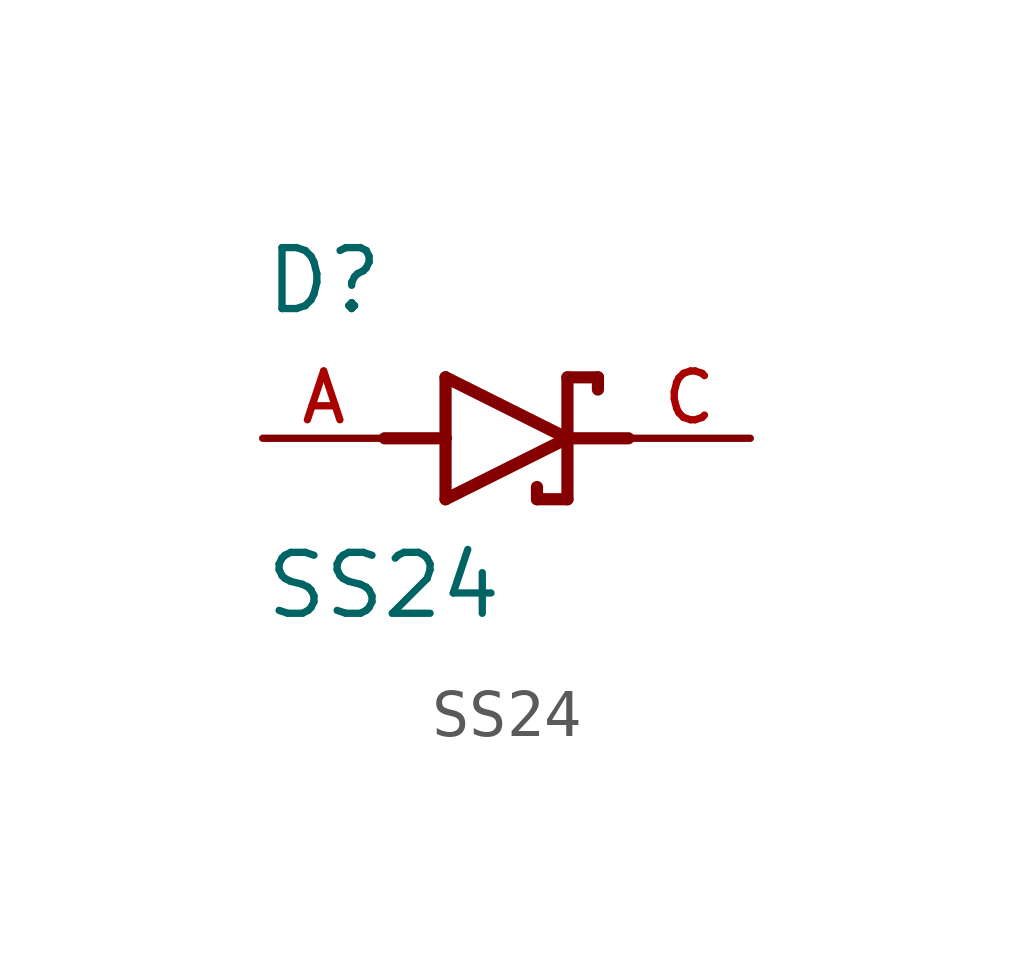
<source format=kicad_sym>
(kicad_symbol_lib
  (version 20211014)
  (generator kicad_symbol_editor)
  (symbol "SS24"
    (pin_names
      (offset 1.016))
    (property "Reference" "D"
      (at -5.08 2.54 0)
      (effects (font (size 1.27 1.27)) (justify bottom left)))
    (property "Value" "SS24"
      (at -5.08 -3.81 0)
      (effects (font (size 1.27 1.27)) (justify bottom left)))
    (symbol "SS24_0_0"
      (polyline (pts (xy -1.27 -1.27) (xy 1.27 0.0)) (stroke (width 0.254)))
      (polyline (pts (xy 1.27 0.0) (xy -1.27 1.27)) (stroke (width 0.254)))
      (polyline (pts (xy 1.905 1.27) (xy 1.27 1.27)) (stroke (width 0.254)))
      (polyline (pts (xy 1.27 1.27) (xy 1.27 0.0)) (stroke (width 0.254)))
      (polyline (pts (xy -1.27 1.27) (xy -1.27 0.0)) (stroke (width 0.254)))
      (polyline (pts (xy -1.27 0.0) (xy -1.27 -1.27)) (stroke (width 0.254)))
      (polyline (pts (xy 1.27 0.0) (xy 1.27 -1.27)) (stroke (width 0.254)))
      (polyline (pts (xy 1.905 1.27) (xy 1.905 1.016)) (stroke (width 0.254)))
      (polyline (pts (xy 1.27 -1.27) (xy 0.635 -1.27)) (stroke (width 0.254)))
      (polyline (pts (xy 0.635 -1.016) (xy 0.635 -1.27)) (stroke (width 0.254)))
      (polyline (pts (xy -2.54 0.0) (xy -1.27 0.0)) (stroke (width 0.254)))
      (polyline (pts (xy 2.54 0.0) (xy 1.27 0.0)) (stroke (width 0.254)))
      (pin passive line (at 5.08 0.0 180.0) (length 2.54) (name "~" (effects (font (size 1.016 1.016)))) (number "C" (effects (font (size 1.016 1.016)))))
      (pin passive line (at -5.08 0.0 0) (length 2.54) (name "~" (effects (font (size 1.016 1.016)))) (number "A" (effects (font (size 1.016 1.016))))))))
</source>
